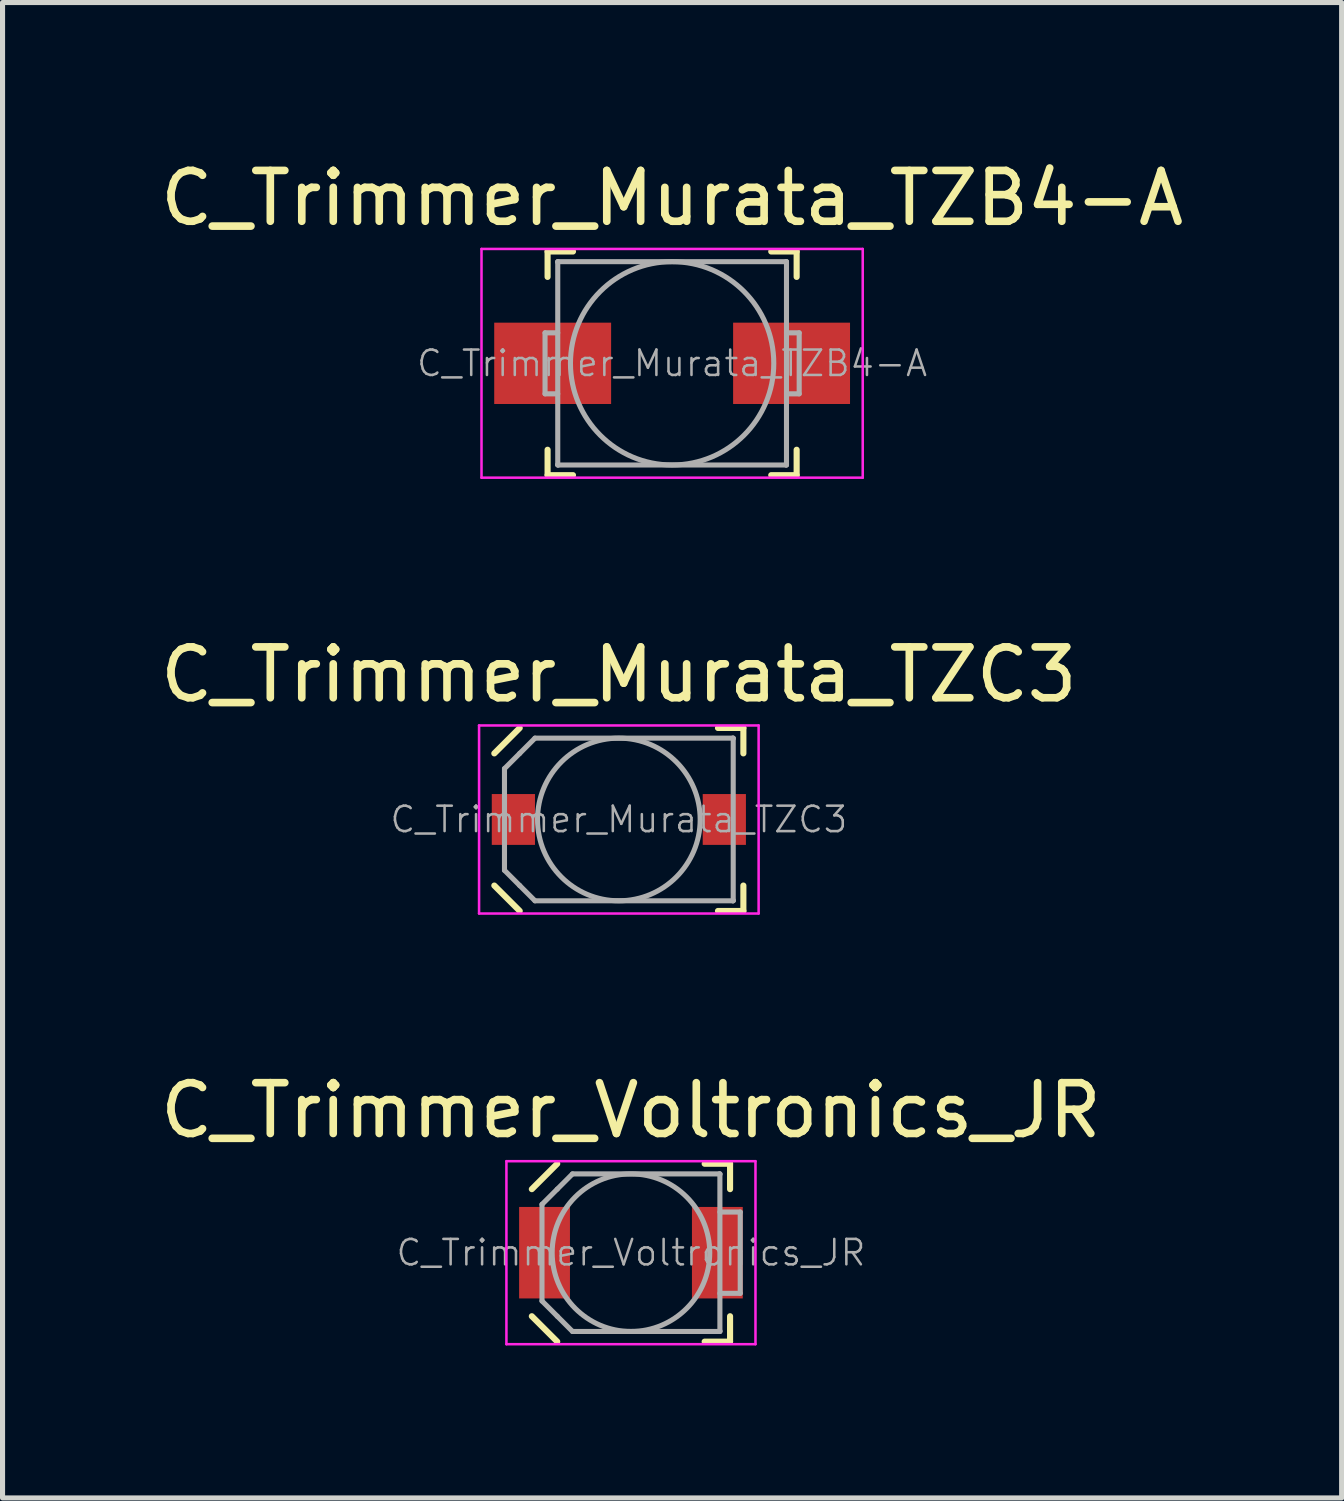
<source format=kicad_pcb>
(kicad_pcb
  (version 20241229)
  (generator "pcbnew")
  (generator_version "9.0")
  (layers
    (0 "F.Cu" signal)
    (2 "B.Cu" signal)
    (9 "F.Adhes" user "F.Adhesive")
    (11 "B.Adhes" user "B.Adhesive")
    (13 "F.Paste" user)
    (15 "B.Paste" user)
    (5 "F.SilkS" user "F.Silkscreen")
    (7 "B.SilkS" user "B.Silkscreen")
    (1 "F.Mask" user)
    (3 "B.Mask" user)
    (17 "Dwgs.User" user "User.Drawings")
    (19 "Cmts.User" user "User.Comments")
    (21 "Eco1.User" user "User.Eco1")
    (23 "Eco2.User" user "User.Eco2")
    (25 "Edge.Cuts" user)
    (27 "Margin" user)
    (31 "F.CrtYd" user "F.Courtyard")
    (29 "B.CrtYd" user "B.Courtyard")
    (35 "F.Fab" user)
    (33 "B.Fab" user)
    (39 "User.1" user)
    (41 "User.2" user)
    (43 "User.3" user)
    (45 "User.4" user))
  (footprint "C_Trimmer_Voltronics_JR"
    (layer "F.Cu")
    (at 9.363 21.595)
    (property "Reference" "C_Trimmer_Voltronics_JR" (at 0 -2.8 0) (layer "F.SilkS") (effects (font (size 1 1) (thickness 0.15))))
    (attr smd)
    (fp_line (start -1.95 -1.25) (end -1.45 -1.75) (stroke (width 0.12) (type solid)) (layer "F.SilkS"))
    (fp_line (start -1.95 1.25) (end -1.45 1.75) (stroke (width 0.12) (type solid)) (layer "F.SilkS"))
    (fp_line (start 1.95 -1.75) (end 1.45 -1.75) (stroke (width 0.12) (type solid)) (layer "F.SilkS"))
    (fp_line (start 1.95 -1.75) (end 1.95 -1.25) (stroke (width 0.12) (type solid)) (layer "F.SilkS"))
    (fp_line (start 1.95 1.75) (end 1.45 1.75) (stroke (width 0.12) (type solid)) (layer "F.SilkS"))
    (fp_line (start 1.95 1.75) (end 1.95 1.25) (stroke (width 0.12) (type solid)) (layer "F.SilkS"))
    (fp_line (start -2.45 -1.8) (end -2.45 1.8) (stroke (width 0.05) (type solid)) (layer "F.CrtYd"))
    (fp_line (start -2.45 1.8) (end 2.45 1.8) (stroke (width 0.05) (type solid)) (layer "F.CrtYd"))
    (fp_line (start 2.45 -1.8) (end -2.45 -1.8) (stroke (width 0.05) (type solid)) (layer "F.CrtYd"))
    (fp_line (start 2.45 1.8) (end 2.45 -1.8) (stroke (width 0.05) (type solid)) (layer "F.CrtYd"))
    (fp_line (start -1.75 -0.95) (end -1.45 -1.25) (stroke (width 0.1) (type solid)) (layer "F.Fab"))
    (fp_line (start -1.75 0.95) (end -1.75 -0.95) (stroke (width 0.1) (type solid)) (layer "F.Fab"))
    (fp_line (start -1.45 -1.25) (end -1.15 -1.55) (stroke (width 0.1) (type solid)) (layer "F.Fab"))
    (fp_line (start -1.45 1.25) (end -1.75 0.95) (stroke (width 0.1) (type solid)) (layer "F.Fab"))
    (fp_line (start -1.15 -1.55) (end 1.74 -1.55) (stroke (width 0.1) (type solid)) (layer "F.Fab"))
    (fp_line (start -1.15 1.55) (end -1.45 1.25) (stroke (width 0.1) (type solid)) (layer "F.Fab"))
    (fp_line (start 1.74 -1.55) (end 1.75 -1.55) (stroke (width 0.1) (type solid)) (layer "F.Fab"))
    (fp_line (start 1.74 1.55) (end -1.15 1.55) (stroke (width 0.1) (type solid)) (layer "F.Fab"))
    (fp_line (start 1.75 -1.55) (end 1.75 -1.54) (stroke (width 0.1) (type solid)) (layer "F.Fab"))
    (fp_line (start 1.75 -1.54) (end 1.75 1.54) (stroke (width 0.1) (type solid)) (layer "F.Fab"))
    (fp_line (start 1.75 -0.8) (end 2.15 -0.8) (stroke (width 0.1) (type solid)) (layer "F.Fab"))
    (fp_line (start 1.75 1.54) (end 1.75 1.55) (stroke (width 0.1) (type solid)) (layer "F.Fab"))
    (fp_line (start 1.75 1.55) (end 1.74 1.55) (stroke (width 0.1) (type solid)) (layer "F.Fab"))
    (fp_line (start 2.15 -0.8) (end 2.15 0.8) (stroke (width 0.1) (type solid)) (layer "F.Fab"))
    (fp_line (start 2.15 0.8) (end 1.75 0.8) (stroke (width 0.1) (type solid)) (layer "F.Fab"))
    (fp_circle (center 0 0) (end 1.55 0) (stroke (width 0.1) (type solid)) (fill no) (layer "F.Fab"))
    (fp_text user "${REFERENCE}" (at 0 0 0) (layer "F.Fab") (effects (font (size 0.5 0.5) (thickness 0.05))))
    (pad "1" smd rect (at -1.7 0) (size 1 1.8) (layers "F.Cu" "F.Mask" "F.Paste"))
    (pad "2" smd rect (at 1.7 0) (size 1 1.8) (layers "F.Cu" "F.Mask" "F.Paste")))
  (footprint "C_Trimmer_Murata_TZB4-A"
    (layer "F.Cu")
    (at 10.173 4.098)
    (property "Reference" "C_Trimmer_Murata_TZB4-A" (at 0 -3.25 0) (layer "F.SilkS") (effects (font (size 1 1) (thickness 0.15))))
    (attr smd)
    (fp_line (start -2.45 -2.2) (end -2.45 -1.7) (stroke (width 0.12) (type solid)) (layer "F.SilkS"))
    (fp_line (start -2.45 -2.2) (end -1.95 -2.2) (stroke (width 0.12) (type solid)) (layer "F.SilkS"))
    (fp_line (start -2.45 2.2) (end -2.45 1.7) (stroke (width 0.12) (type solid)) (layer "F.SilkS"))
    (fp_line (start -2.45 2.2) (end -1.95 2.2) (stroke (width 0.12) (type solid)) (layer "F.SilkS"))
    (fp_line (start 2.45 -2.2) (end 1.95 -2.2) (stroke (width 0.12) (type solid)) (layer "F.SilkS"))
    (fp_line (start 2.45 -2.2) (end 2.45 -1.7) (stroke (width 0.12) (type solid)) (layer "F.SilkS"))
    (fp_line (start 2.45 2.2) (end 1.95 2.2) (stroke (width 0.12) (type solid)) (layer "F.SilkS"))
    (fp_line (start 2.45 2.2) (end 2.45 1.7) (stroke (width 0.12) (type solid)) (layer "F.SilkS"))
    (fp_line (start -3.75 -2.25) (end -3.75 2.25) (stroke (width 0.05) (type solid)) (layer "F.CrtYd"))
    (fp_line (start -3.75 2.25) (end 3.75 2.25) (stroke (width 0.05) (type solid)) (layer "F.CrtYd"))
    (fp_line (start 3.75 -2.25) (end -3.75 -2.25) (stroke (width 0.05) (type solid)) (layer "F.CrtYd"))
    (fp_line (start 3.75 2.25) (end 3.75 -2.25) (stroke (width 0.05) (type solid)) (layer "F.CrtYd"))
    (fp_line (start -2.5 -0.6) (end -2.5 0.6) (stroke (width 0.1) (type solid)) (layer "F.Fab"))
    (fp_line (start -2.5 0.6) (end -2.25 0.6) (stroke (width 0.1) (type solid)) (layer "F.Fab"))
    (fp_line (start -2.25 -2) (end -2.24 -2) (stroke (width 0.1) (type solid)) (layer "F.Fab"))
    (fp_line (start -2.25 -1.99) (end -2.25 -2) (stroke (width 0.1) (type solid)) (layer "F.Fab"))
    (fp_line (start -2.25 -0.6) (end -2.5 -0.6) (stroke (width 0.1) (type solid)) (layer "F.Fab"))
    (fp_line (start -2.25 1.99) (end -2.25 -1.99) (stroke (width 0.1) (type solid)) (layer "F.Fab"))
    (fp_line (start -2.25 2) (end -2.25 1.99) (stroke (width 0.1) (type solid)) (layer "F.Fab"))
    (fp_line (start -2.24 -2) (end 2.24 -2) (stroke (width 0.1) (type solid)) (layer "F.Fab"))
    (fp_line (start -2.24 2) (end -2.25 2) (stroke (width 0.1) (type solid)) (layer "F.Fab"))
    (fp_line (start 2.24 -2) (end 2.25 -2) (stroke (width 0.1) (type solid)) (layer "F.Fab"))
    (fp_line (start 2.24 2) (end -2.24 2) (stroke (width 0.1) (type solid)) (layer "F.Fab"))
    (fp_line (start 2.25 -2) (end 2.25 -1.99) (stroke (width 0.1) (type solid)) (layer "F.Fab"))
    (fp_line (start 2.25 -1.99) (end 2.25 1.99) (stroke (width 0.1) (type solid)) (layer "F.Fab"))
    (fp_line (start 2.25 -0.6) (end 2.5 -0.6) (stroke (width 0.1) (type solid)) (layer "F.Fab"))
    (fp_line (start 2.25 1.99) (end 2.25 2) (stroke (width 0.1) (type solid)) (layer "F.Fab"))
    (fp_line (start 2.25 2) (end 2.24 2) (stroke (width 0.1) (type solid)) (layer "F.Fab"))
    (fp_line (start 2.5 -0.6) (end 2.5 0.6) (stroke (width 0.1) (type solid)) (layer "F.Fab"))
    (fp_line (start 2.5 0.6) (end 2.25 0.6) (stroke (width 0.1) (type solid)) (layer "F.Fab"))
    (fp_circle (center 0 0) (end 2 0) (stroke (width 0.1) (type solid)) (fill no) (layer "F.Fab"))
    (fp_text user "${REFERENCE}" (at 0 0 0) (layer "F.Fab") (effects (font (size 0.5 0.5) (thickness 0.05))))
    (pad "1" smd rect (at -2.35 0) (size 2.3 1.6) (layers "F.Cu" "F.Mask" "F.Paste"))
    (pad "2" smd rect (at 2.35 0) (size 2.3 1.6) (layers "F.Cu" "F.Mask" "F.Paste")))
  (footprint "C_Trimmer_Murata_TZC3"
    (layer "F.Cu")
    (at 9.125 13.072)
    (property "Reference" "C_Trimmer_Murata_TZC3" (at 0 -2.85 0) (layer "F.SilkS") (effects (font (size 1 1) (thickness 0.15))))
    (attr smd)
    (fp_line (start -2.45 -1.3) (end -1.95 -1.8) (stroke (width 0.12) (type solid)) (layer "F.SilkS"))
    (fp_line (start -2.45 1.3) (end -1.95 1.8) (stroke (width 0.12) (type solid)) (layer "F.SilkS"))
    (fp_line (start 2.45 -1.8) (end 1.95 -1.8) (stroke (width 0.12) (type solid)) (layer "F.SilkS"))
    (fp_line (start 2.45 -1.8) (end 2.45 -1.3) (stroke (width 0.12) (type solid)) (layer "F.SilkS"))
    (fp_line (start 2.45 1.8) (end 1.95 1.8) (stroke (width 0.12) (type solid)) (layer "F.SilkS"))
    (fp_line (start 2.45 1.8) (end 2.45 1.3) (stroke (width 0.12) (type solid)) (layer "F.SilkS"))
    (fp_line (start -2.75 -1.85) (end -2.75 1.85) (stroke (width 0.05) (type solid)) (layer "F.CrtYd"))
    (fp_line (start -2.75 1.85) (end 2.75 1.85) (stroke (width 0.05) (type solid)) (layer "F.CrtYd"))
    (fp_line (start 2.75 -1.85) (end -2.75 -1.85) (stroke (width 0.05) (type solid)) (layer "F.CrtYd"))
    (fp_line (start 2.75 1.85) (end 2.75 -1.85) (stroke (width 0.05) (type solid)) (layer "F.CrtYd"))
    (fp_line (start -2.25 -1) (end -1.95 -1.3) (stroke (width 0.1) (type solid)) (layer "F.Fab"))
    (fp_line (start -2.25 1) (end -2.25 -1) (stroke (width 0.1) (type solid)) (layer "F.Fab"))
    (fp_line (start -1.95 -1.3) (end -1.65 -1.6) (stroke (width 0.1) (type solid)) (layer "F.Fab"))
    (fp_line (start -1.95 1.3) (end -2.25 1) (stroke (width 0.1) (type solid)) (layer "F.Fab"))
    (fp_line (start -1.65 -1.6) (end 2.24 -1.6) (stroke (width 0.1) (type solid)) (layer "F.Fab"))
    (fp_line (start -1.65 1.6) (end -1.95 1.3) (stroke (width 0.1) (type solid)) (layer "F.Fab"))
    (fp_line (start 2.24 -1.6) (end 2.25 -1.6) (stroke (width 0.1) (type solid)) (layer "F.Fab"))
    (fp_line (start 2.24 1.6) (end -1.65 1.6) (stroke (width 0.1) (type solid)) (layer "F.Fab"))
    (fp_line (start 2.25 -1.6) (end 2.25 -1.59) (stroke (width 0.1) (type solid)) (layer "F.Fab"))
    (fp_line (start 2.25 -1.59) (end 2.25 1.59) (stroke (width 0.1) (type solid)) (layer "F.Fab"))
    (fp_line (start 2.25 1.59) (end 2.25 1.6) (stroke (width 0.1) (type solid)) (layer "F.Fab"))
    (fp_line (start 2.25 1.6) (end 2.24 1.6) (stroke (width 0.1) (type solid)) (layer "F.Fab"))
    (fp_circle (center 0 0) (end 1.6 0) (stroke (width 0.1) (type solid)) (fill no) (layer "F.Fab"))
    (fp_text user "${REFERENCE}" (at 0 0 0) (layer "F.Fab") (effects (font (size 0.5 0.5) (thickness 0.05))))
    (pad "1" smd rect (at -2.075 0) (size 0.85 1) (layers "F.Cu" "F.Mask" "F.Paste"))
    (pad "2" smd rect (at 2.075 0) (size 0.85 1) (layers "F.Cu" "F.Mask" "F.Paste")))
  (gr_rect
    (start -3 -3)
    (end 23.345 26.42)
    (stroke (width 0.1) (type default))
    (fill no)
    (layer "Edge.Cuts")))
</source>
